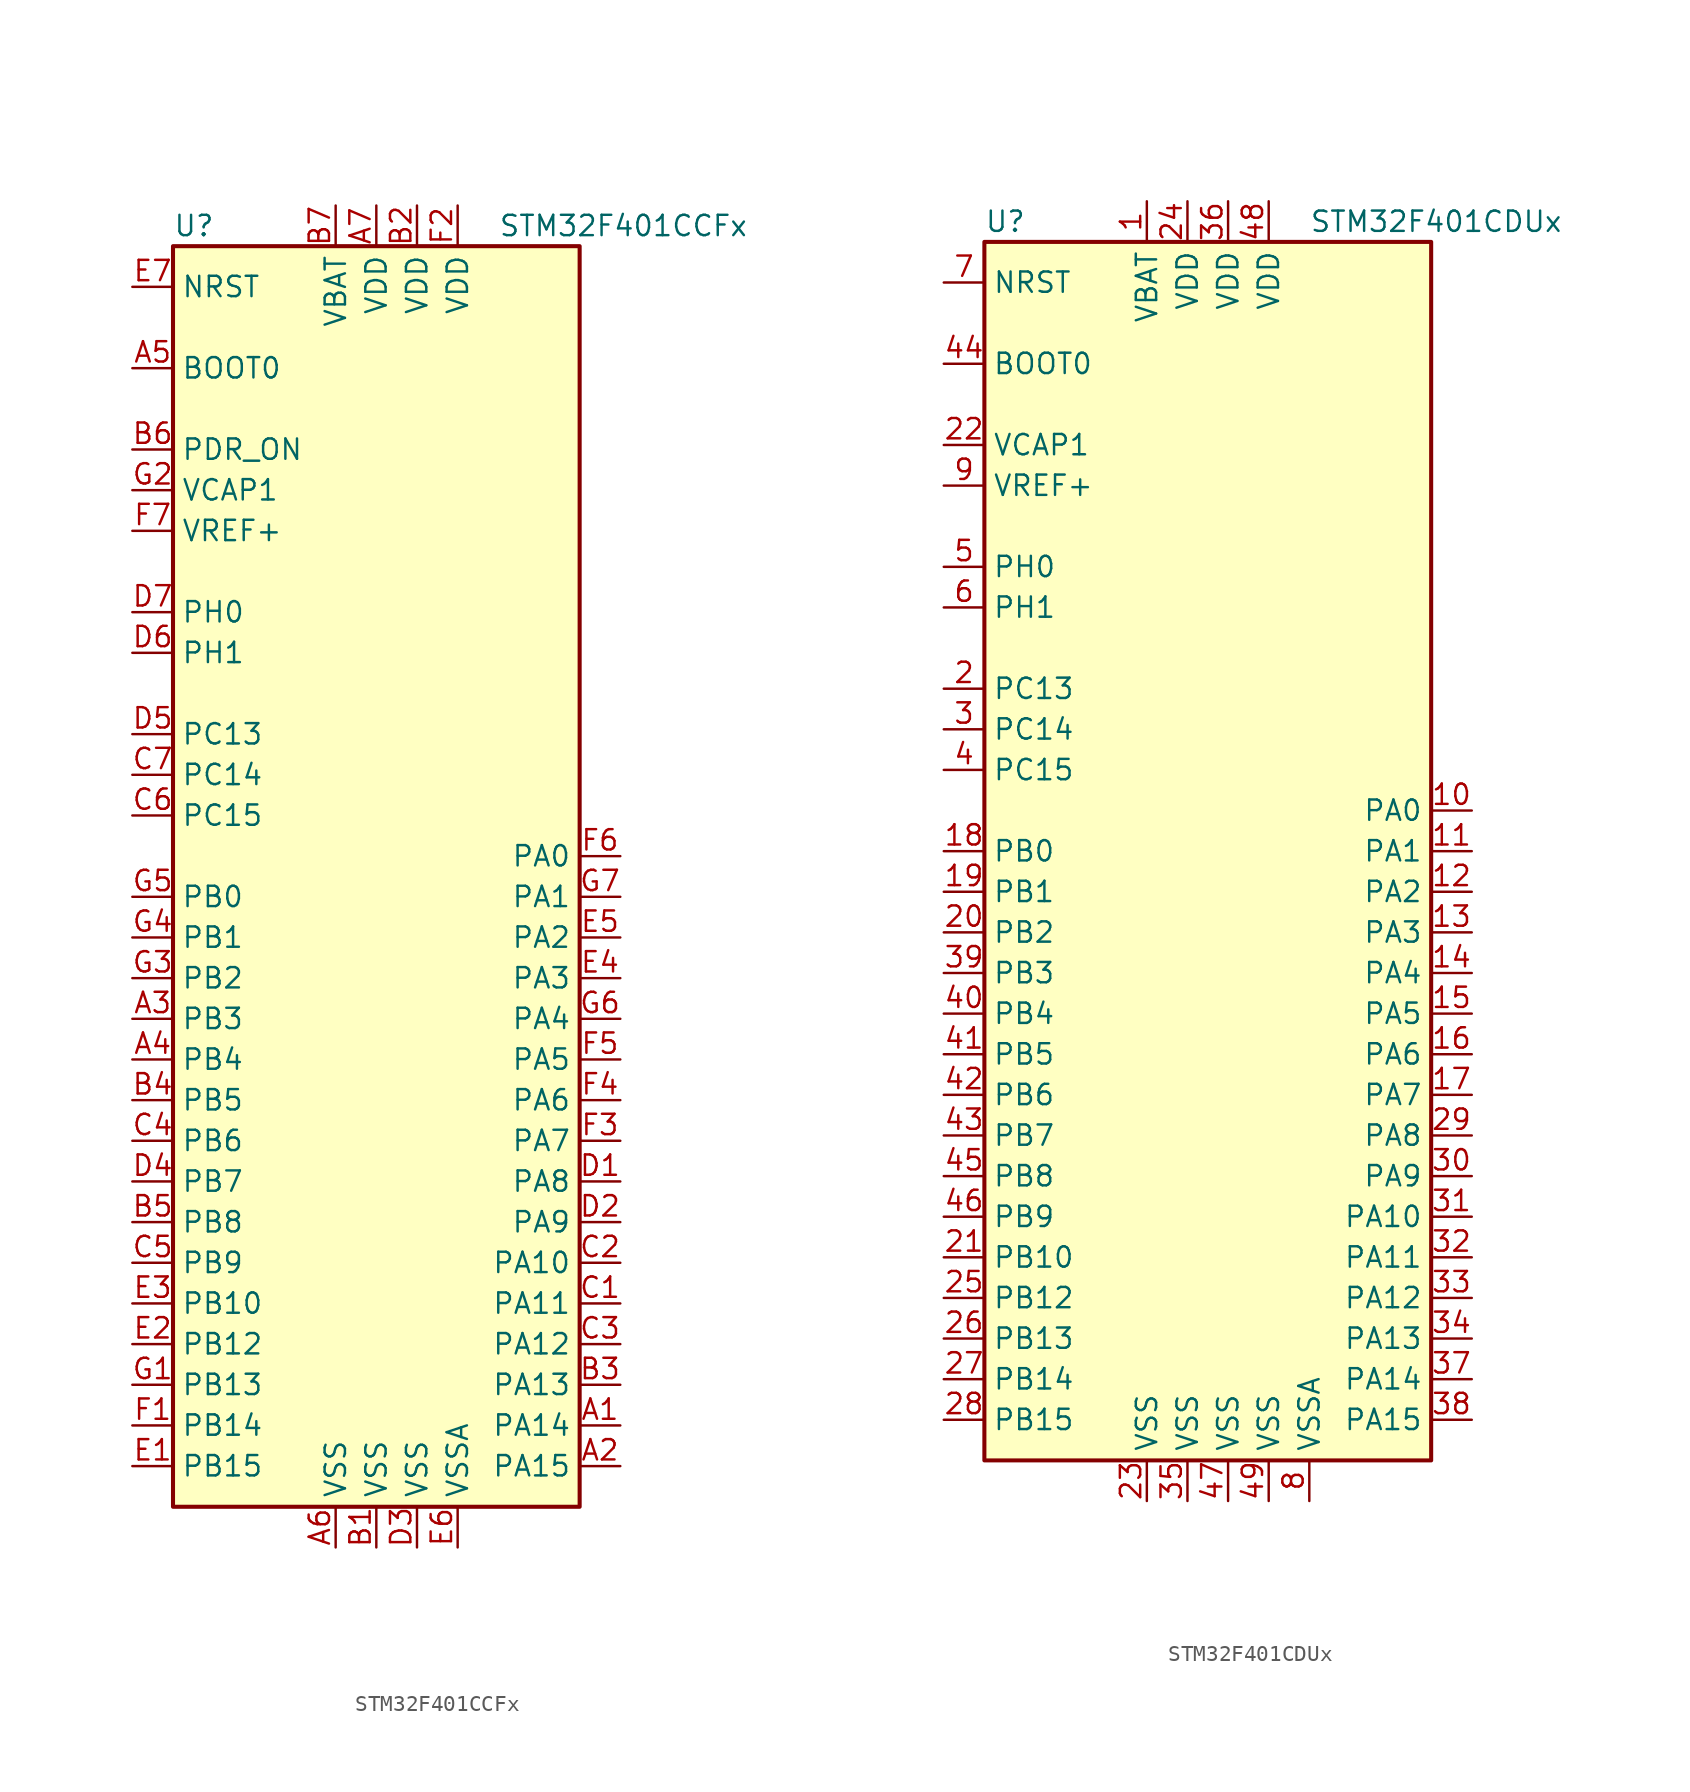
<source format=kicad_sym>
(kicad_symbol_lib
  (version 20201005)
  (generator kicad_symbol_editor)
  (symbol "MCU_ST_STM32F4:STM32F401CCFx"
    (property "Reference" "U"
      (at -12.7 39.37 0)
      (effects (font (size 1.27 1.27)) (justify left)))
    (property "Value" "STM32F401CCFx"
      (at 7.62 39.37 0)
      (effects (font (size 1.27 1.27)) (justify left)))
    (symbol "STM32F401CCFx_0_1"
      (rectangle (start -12.7 -40.64) (end 12.7 38.1) (stroke (width 0.254)) (fill (type background))))
    (symbol "STM32F401CCFx_1_1"
      (pin input line (at -15.24 30.48 0) (length 2.54) (name "BOOT0" (effects (font (size 1.27 1.27)))) (number "A5" (effects (font (size 1.27 1.27)))))
      (pin input line (at -15.24 35.56 0) (length 2.54) (name "NRST" (effects (font (size 1.27 1.27)))) (number "E7" (effects (font (size 1.27 1.27)))))
      (pin bidirectional line (at 15.24 0 180) (length 2.54) (name "PA0" (effects (font (size 1.27 1.27)))) (number "F6" (effects (font (size 1.27 1.27)))))
      (pin bidirectional line (at 15.24 -2.54 180) (length 2.54) (name "PA1" (effects (font (size 1.27 1.27)))) (number "G7" (effects (font (size 1.27 1.27)))))
      (pin bidirectional line (at 15.24 -25.4 180) (length 2.54) (name "PA10" (effects (font (size 1.27 1.27)))) (number "C2" (effects (font (size 1.27 1.27)))))
      (pin bidirectional line (at 15.24 -27.94 180) (length 2.54) (name "PA11" (effects (font (size 1.27 1.27)))) (number "C1" (effects (font (size 1.27 1.27)))))
      (pin bidirectional line (at 15.24 -30.48 180) (length 2.54) (name "PA12" (effects (font (size 1.27 1.27)))) (number "C3" (effects (font (size 1.27 1.27)))))
      (pin bidirectional line (at 15.24 -33.02 180) (length 2.54) (name "PA13" (effects (font (size 1.27 1.27)))) (number "B3" (effects (font (size 1.27 1.27)))))
      (pin bidirectional line (at 15.24 -35.56 180) (length 2.54) (name "PA14" (effects (font (size 1.27 1.27)))) (number "A1" (effects (font (size 1.27 1.27)))))
      (pin bidirectional line (at 15.24 -38.1 180) (length 2.54) (name "PA15" (effects (font (size 1.27 1.27)))) (number "A2" (effects (font (size 1.27 1.27)))))
      (pin bidirectional line (at 15.24 -5.08 180) (length 2.54) (name "PA2" (effects (font (size 1.27 1.27)))) (number "E5" (effects (font (size 1.27 1.27)))))
      (pin bidirectional line (at 15.24 -7.62 180) (length 2.54) (name "PA3" (effects (font (size 1.27 1.27)))) (number "E4" (effects (font (size 1.27 1.27)))))
      (pin bidirectional line (at 15.24 -10.16 180) (length 2.54) (name "PA4" (effects (font (size 1.27 1.27)))) (number "G6" (effects (font (size 1.27 1.27)))))
      (pin bidirectional line (at 15.24 -12.7 180) (length 2.54) (name "PA5" (effects (font (size 1.27 1.27)))) (number "F5" (effects (font (size 1.27 1.27)))))
      (pin bidirectional line (at 15.24 -15.24 180) (length 2.54) (name "PA6" (effects (font (size 1.27 1.27)))) (number "F4" (effects (font (size 1.27 1.27)))))
      (pin bidirectional line (at 15.24 -17.78 180) (length 2.54) (name "PA7" (effects (font (size 1.27 1.27)))) (number "F3" (effects (font (size 1.27 1.27)))))
      (pin bidirectional line (at 15.24 -20.32 180) (length 2.54) (name "PA8" (effects (font (size 1.27 1.27)))) (number "D1" (effects (font (size 1.27 1.27)))))
      (pin bidirectional line (at 15.24 -22.86 180) (length 2.54) (name "PA9" (effects (font (size 1.27 1.27)))) (number "D2" (effects (font (size 1.27 1.27)))))
      (pin bidirectional line (at -15.24 -2.54 0) (length 2.54) (name "PB0" (effects (font (size 1.27 1.27)))) (number "G5" (effects (font (size 1.27 1.27)))))
      (pin bidirectional line (at -15.24 -5.08 0) (length 2.54) (name "PB1" (effects (font (size 1.27 1.27)))) (number "G4" (effects (font (size 1.27 1.27)))))
      (pin bidirectional line (at -15.24 -27.94 0) (length 2.54) (name "PB10" (effects (font (size 1.27 1.27)))) (number "E3" (effects (font (size 1.27 1.27)))))
      (pin bidirectional line (at -15.24 -30.48 0) (length 2.54) (name "PB12" (effects (font (size 1.27 1.27)))) (number "E2" (effects (font (size 1.27 1.27)))))
      (pin bidirectional line (at -15.24 -33.02 0) (length 2.54) (name "PB13" (effects (font (size 1.27 1.27)))) (number "G1" (effects (font (size 1.27 1.27)))))
      (pin bidirectional line (at -15.24 -35.56 0) (length 2.54) (name "PB14" (effects (font (size 1.27 1.27)))) (number "F1" (effects (font (size 1.27 1.27)))))
      (pin bidirectional line (at -15.24 -38.1 0) (length 2.54) (name "PB15" (effects (font (size 1.27 1.27)))) (number "E1" (effects (font (size 1.27 1.27)))))
      (pin bidirectional line (at -15.24 -7.62 0) (length 2.54) (name "PB2" (effects (font (size 1.27 1.27)))) (number "G3" (effects (font (size 1.27 1.27)))))
      (pin bidirectional line (at -15.24 -10.16 0) (length 2.54) (name "PB3" (effects (font (size 1.27 1.27)))) (number "A3" (effects (font (size 1.27 1.27)))))
      (pin bidirectional line (at -15.24 -12.7 0) (length 2.54) (name "PB4" (effects (font (size 1.27 1.27)))) (number "A4" (effects (font (size 1.27 1.27)))))
      (pin bidirectional line (at -15.24 -15.24 0) (length 2.54) (name "PB5" (effects (font (size 1.27 1.27)))) (number "B4" (effects (font (size 1.27 1.27)))))
      (pin bidirectional line (at -15.24 -17.78 0) (length 2.54) (name "PB6" (effects (font (size 1.27 1.27)))) (number "C4" (effects (font (size 1.27 1.27)))))
      (pin bidirectional line (at -15.24 -20.32 0) (length 2.54) (name "PB7" (effects (font (size 1.27 1.27)))) (number "D4" (effects (font (size 1.27 1.27)))))
      (pin bidirectional line (at -15.24 -22.86 0) (length 2.54) (name "PB8" (effects (font (size 1.27 1.27)))) (number "B5" (effects (font (size 1.27 1.27)))))
      (pin bidirectional line (at -15.24 -25.4 0) (length 2.54) (name "PB9" (effects (font (size 1.27 1.27)))) (number "C5" (effects (font (size 1.27 1.27)))))
      (pin bidirectional line (at -15.24 7.62 0) (length 2.54) (name "PC13" (effects (font (size 1.27 1.27)))) (number "D5" (effects (font (size 1.27 1.27)))))
      (pin bidirectional line (at -15.24 5.08 0) (length 2.54) (name "PC14" (effects (font (size 1.27 1.27)))) (number "C7" (effects (font (size 1.27 1.27)))))
      (pin bidirectional line (at -15.24 2.54 0) (length 2.54) (name "PC15" (effects (font (size 1.27 1.27)))) (number "C6" (effects (font (size 1.27 1.27)))))
      (pin power_in line (at -15.24 25.4 0) (length 2.54) (name "PDR_ON" (effects (font (size 1.27 1.27)))) (number "B6" (effects (font (size 1.27 1.27)))))
      (pin input line (at -15.24 15.24 0) (length 2.54) (name "PH0" (effects (font (size 1.27 1.27)))) (number "D7" (effects (font (size 1.27 1.27)))))
      (pin input line (at -15.24 12.7 0) (length 2.54) (name "PH1" (effects (font (size 1.27 1.27)))) (number "D6" (effects (font (size 1.27 1.27)))))
      (pin power_in line (at -2.54 40.64 270) (length 2.54) (name "VBAT" (effects (font (size 1.27 1.27)))) (number "B7" (effects (font (size 1.27 1.27)))))
      (pin power_in line (at -15.24 22.86 0) (length 2.54) (name "VCAP1" (effects (font (size 1.27 1.27)))) (number "G2" (effects (font (size 1.27 1.27)))))
      (pin power_in line (at 0 40.64 270) (length 2.54) (name "VDD" (effects (font (size 1.27 1.27)))) (number "A7" (effects (font (size 1.27 1.27)))))
      (pin power_in line (at 2.54 40.64 270) (length 2.54) (name "VDD" (effects (font (size 1.27 1.27)))) (number "B2" (effects (font (size 1.27 1.27)))))
      (pin power_in line (at 5.08 40.64 270) (length 2.54) (name "VDD" (effects (font (size 1.27 1.27)))) (number "F2" (effects (font (size 1.27 1.27)))))
      (pin power_in line (at -15.24 20.32 0) (length 2.54) (name "VREF+" (effects (font (size 1.27 1.27)))) (number "F7" (effects (font (size 1.27 1.27)))))
      (pin power_in line (at -2.54 -43.18 90) (length 2.54) (name "VSS" (effects (font (size 1.27 1.27)))) (number "A6" (effects (font (size 1.27 1.27)))))
      (pin power_in line (at 0 -43.18 90) (length 2.54) (name "VSS" (effects (font (size 1.27 1.27)))) (number "B1" (effects (font (size 1.27 1.27)))))
      (pin power_in line (at 2.54 -43.18 90) (length 2.54) (name "VSS" (effects (font (size 1.27 1.27)))) (number "D3" (effects (font (size 1.27 1.27)))))
      (pin power_in line (at 5.08 -43.18 90) (length 2.54) (name "VSSA" (effects (font (size 1.27 1.27)))) (number "E6" (effects (font (size 1.27 1.27)))))))
  (symbol "MCU_ST_STM32F4:STM32F401CDUx"
    (property "Reference" "U"
      (at -15.24 39.37 0)
      (effects (font (size 1.27 1.27)) (justify left)))
    (property "Value" "STM32F401CDUx"
      (at 5.08 39.37 0)
      (effects (font (size 1.27 1.27)) (justify left)))
    (symbol "STM32F401CDUx_0_1"
      (rectangle (start -15.24 -38.1) (end 12.7 38.1) (stroke (width 0.254)) (fill (type background))))
    (symbol "STM32F401CDUx_1_1"
      (pin input line (at -17.78 30.48 0) (length 2.54) (name "BOOT0" (effects (font (size 1.27 1.27)))) (number "44" (effects (font (size 1.27 1.27)))))
      (pin input line (at -17.78 35.56 0) (length 2.54) (name "NRST" (effects (font (size 1.27 1.27)))) (number "7" (effects (font (size 1.27 1.27)))))
      (pin bidirectional line (at 15.24 2.54 180) (length 2.54) (name "PA0" (effects (font (size 1.27 1.27)))) (number "10" (effects (font (size 1.27 1.27)))))
      (pin bidirectional line (at 15.24 0 180) (length 2.54) (name "PA1" (effects (font (size 1.27 1.27)))) (number "11" (effects (font (size 1.27 1.27)))))
      (pin bidirectional line (at 15.24 -22.86 180) (length 2.54) (name "PA10" (effects (font (size 1.27 1.27)))) (number "31" (effects (font (size 1.27 1.27)))))
      (pin bidirectional line (at 15.24 -25.4 180) (length 2.54) (name "PA11" (effects (font (size 1.27 1.27)))) (number "32" (effects (font (size 1.27 1.27)))))
      (pin bidirectional line (at 15.24 -27.94 180) (length 2.54) (name "PA12" (effects (font (size 1.27 1.27)))) (number "33" (effects (font (size 1.27 1.27)))))
      (pin bidirectional line (at 15.24 -30.48 180) (length 2.54) (name "PA13" (effects (font (size 1.27 1.27)))) (number "34" (effects (font (size 1.27 1.27)))))
      (pin bidirectional line (at 15.24 -33.02 180) (length 2.54) (name "PA14" (effects (font (size 1.27 1.27)))) (number "37" (effects (font (size 1.27 1.27)))))
      (pin bidirectional line (at 15.24 -35.56 180) (length 2.54) (name "PA15" (effects (font (size 1.27 1.27)))) (number "38" (effects (font (size 1.27 1.27)))))
      (pin bidirectional line (at 15.24 -2.54 180) (length 2.54) (name "PA2" (effects (font (size 1.27 1.27)))) (number "12" (effects (font (size 1.27 1.27)))))
      (pin bidirectional line (at 15.24 -5.08 180) (length 2.54) (name "PA3" (effects (font (size 1.27 1.27)))) (number "13" (effects (font (size 1.27 1.27)))))
      (pin bidirectional line (at 15.24 -7.62 180) (length 2.54) (name "PA4" (effects (font (size 1.27 1.27)))) (number "14" (effects (font (size 1.27 1.27)))))
      (pin bidirectional line (at 15.24 -10.16 180) (length 2.54) (name "PA5" (effects (font (size 1.27 1.27)))) (number "15" (effects (font (size 1.27 1.27)))))
      (pin bidirectional line (at 15.24 -12.7 180) (length 2.54) (name "PA6" (effects (font (size 1.27 1.27)))) (number "16" (effects (font (size 1.27 1.27)))))
      (pin bidirectional line (at 15.24 -15.24 180) (length 2.54) (name "PA7" (effects (font (size 1.27 1.27)))) (number "17" (effects (font (size 1.27 1.27)))))
      (pin bidirectional line (at 15.24 -17.78 180) (length 2.54) (name "PA8" (effects (font (size 1.27 1.27)))) (number "29" (effects (font (size 1.27 1.27)))))
      (pin bidirectional line (at 15.24 -20.32 180) (length 2.54) (name "PA9" (effects (font (size 1.27 1.27)))) (number "30" (effects (font (size 1.27 1.27)))))
      (pin bidirectional line (at -17.78 0 0) (length 2.54) (name "PB0" (effects (font (size 1.27 1.27)))) (number "18" (effects (font (size 1.27 1.27)))))
      (pin bidirectional line (at -17.78 -2.54 0) (length 2.54) (name "PB1" (effects (font (size 1.27 1.27)))) (number "19" (effects (font (size 1.27 1.27)))))
      (pin bidirectional line (at -17.78 -25.4 0) (length 2.54) (name "PB10" (effects (font (size 1.27 1.27)))) (number "21" (effects (font (size 1.27 1.27)))))
      (pin bidirectional line (at -17.78 -27.94 0) (length 2.54) (name "PB12" (effects (font (size 1.27 1.27)))) (number "25" (effects (font (size 1.27 1.27)))))
      (pin bidirectional line (at -17.78 -30.48 0) (length 2.54) (name "PB13" (effects (font (size 1.27 1.27)))) (number "26" (effects (font (size 1.27 1.27)))))
      (pin bidirectional line (at -17.78 -33.02 0) (length 2.54) (name "PB14" (effects (font (size 1.27 1.27)))) (number "27" (effects (font (size 1.27 1.27)))))
      (pin bidirectional line (at -17.78 -35.56 0) (length 2.54) (name "PB15" (effects (font (size 1.27 1.27)))) (number "28" (effects (font (size 1.27 1.27)))))
      (pin bidirectional line (at -17.78 -5.08 0) (length 2.54) (name "PB2" (effects (font (size 1.27 1.27)))) (number "20" (effects (font (size 1.27 1.27)))))
      (pin bidirectional line (at -17.78 -7.62 0) (length 2.54) (name "PB3" (effects (font (size 1.27 1.27)))) (number "39" (effects (font (size 1.27 1.27)))))
      (pin bidirectional line (at -17.78 -10.16 0) (length 2.54) (name "PB4" (effects (font (size 1.27 1.27)))) (number "40" (effects (font (size 1.27 1.27)))))
      (pin bidirectional line (at -17.78 -12.7 0) (length 2.54) (name "PB5" (effects (font (size 1.27 1.27)))) (number "41" (effects (font (size 1.27 1.27)))))
      (pin bidirectional line (at -17.78 -15.24 0) (length 2.54) (name "PB6" (effects (font (size 1.27 1.27)))) (number "42" (effects (font (size 1.27 1.27)))))
      (pin bidirectional line (at -17.78 -17.78 0) (length 2.54) (name "PB7" (effects (font (size 1.27 1.27)))) (number "43" (effects (font (size 1.27 1.27)))))
      (pin bidirectional line (at -17.78 -20.32 0) (length 2.54) (name "PB8" (effects (font (size 1.27 1.27)))) (number "45" (effects (font (size 1.27 1.27)))))
      (pin bidirectional line (at -17.78 -22.86 0) (length 2.54) (name "PB9" (effects (font (size 1.27 1.27)))) (number "46" (effects (font (size 1.27 1.27)))))
      (pin bidirectional line (at -17.78 10.16 0) (length 2.54) (name "PC13" (effects (font (size 1.27 1.27)))) (number "2" (effects (font (size 1.27 1.27)))))
      (pin bidirectional line (at -17.78 7.62 0) (length 2.54) (name "PC14" (effects (font (size 1.27 1.27)))) (number "3" (effects (font (size 1.27 1.27)))))
      (pin bidirectional line (at -17.78 5.08 0) (length 2.54) (name "PC15" (effects (font (size 1.27 1.27)))) (number "4" (effects (font (size 1.27 1.27)))))
      (pin input line (at -17.78 17.78 0) (length 2.54) (name "PH0" (effects (font (size 1.27 1.27)))) (number "5" (effects (font (size 1.27 1.27)))))
      (pin input line (at -17.78 15.24 0) (length 2.54) (name "PH1" (effects (font (size 1.27 1.27)))) (number "6" (effects (font (size 1.27 1.27)))))
      (pin power_in line (at -5.08 40.64 270) (length 2.54) (name "VBAT" (effects (font (size 1.27 1.27)))) (number "1" (effects (font (size 1.27 1.27)))))
      (pin power_in line (at -17.78 25.4 0) (length 2.54) (name "VCAP1" (effects (font (size 1.27 1.27)))) (number "22" (effects (font (size 1.27 1.27)))))
      (pin power_in line (at -2.54 40.64 270) (length 2.54) (name "VDD" (effects (font (size 1.27 1.27)))) (number "24" (effects (font (size 1.27 1.27)))))
      (pin power_in line (at 0 40.64 270) (length 2.54) (name "VDD" (effects (font (size 1.27 1.27)))) (number "36" (effects (font (size 1.27 1.27)))))
      (pin power_in line (at 2.54 40.64 270) (length 2.54) (name "VDD" (effects (font (size 1.27 1.27)))) (number "48" (effects (font (size 1.27 1.27)))))
      (pin power_in line (at -17.78 22.86 0) (length 2.54) (name "VREF+" (effects (font (size 1.27 1.27)))) (number "9" (effects (font (size 1.27 1.27)))))
      (pin power_in line (at -5.08 -40.64 90) (length 2.54) (name "VSS" (effects (font (size 1.27 1.27)))) (number "23" (effects (font (size 1.27 1.27)))))
      (pin power_in line (at -2.54 -40.64 90) (length 2.54) (name "VSS" (effects (font (size 1.27 1.27)))) (number "35" (effects (font (size 1.27 1.27)))))
      (pin power_in line (at 0 -40.64 90) (length 2.54) (name "VSS" (effects (font (size 1.27 1.27)))) (number "47" (effects (font (size 1.27 1.27)))))
      (pin power_in line (at 2.54 -40.64 90) (length 2.54) (name "VSS" (effects (font (size 1.27 1.27)))) (number "49" (effects (font (size 1.27 1.27)))))
      (pin power_in line (at 5.08 -40.64 90) (length 2.54) (name "VSSA" (effects (font (size 1.27 1.27)))) (number "8" (effects (font (size 1.27 1.27))))))))
</source>
